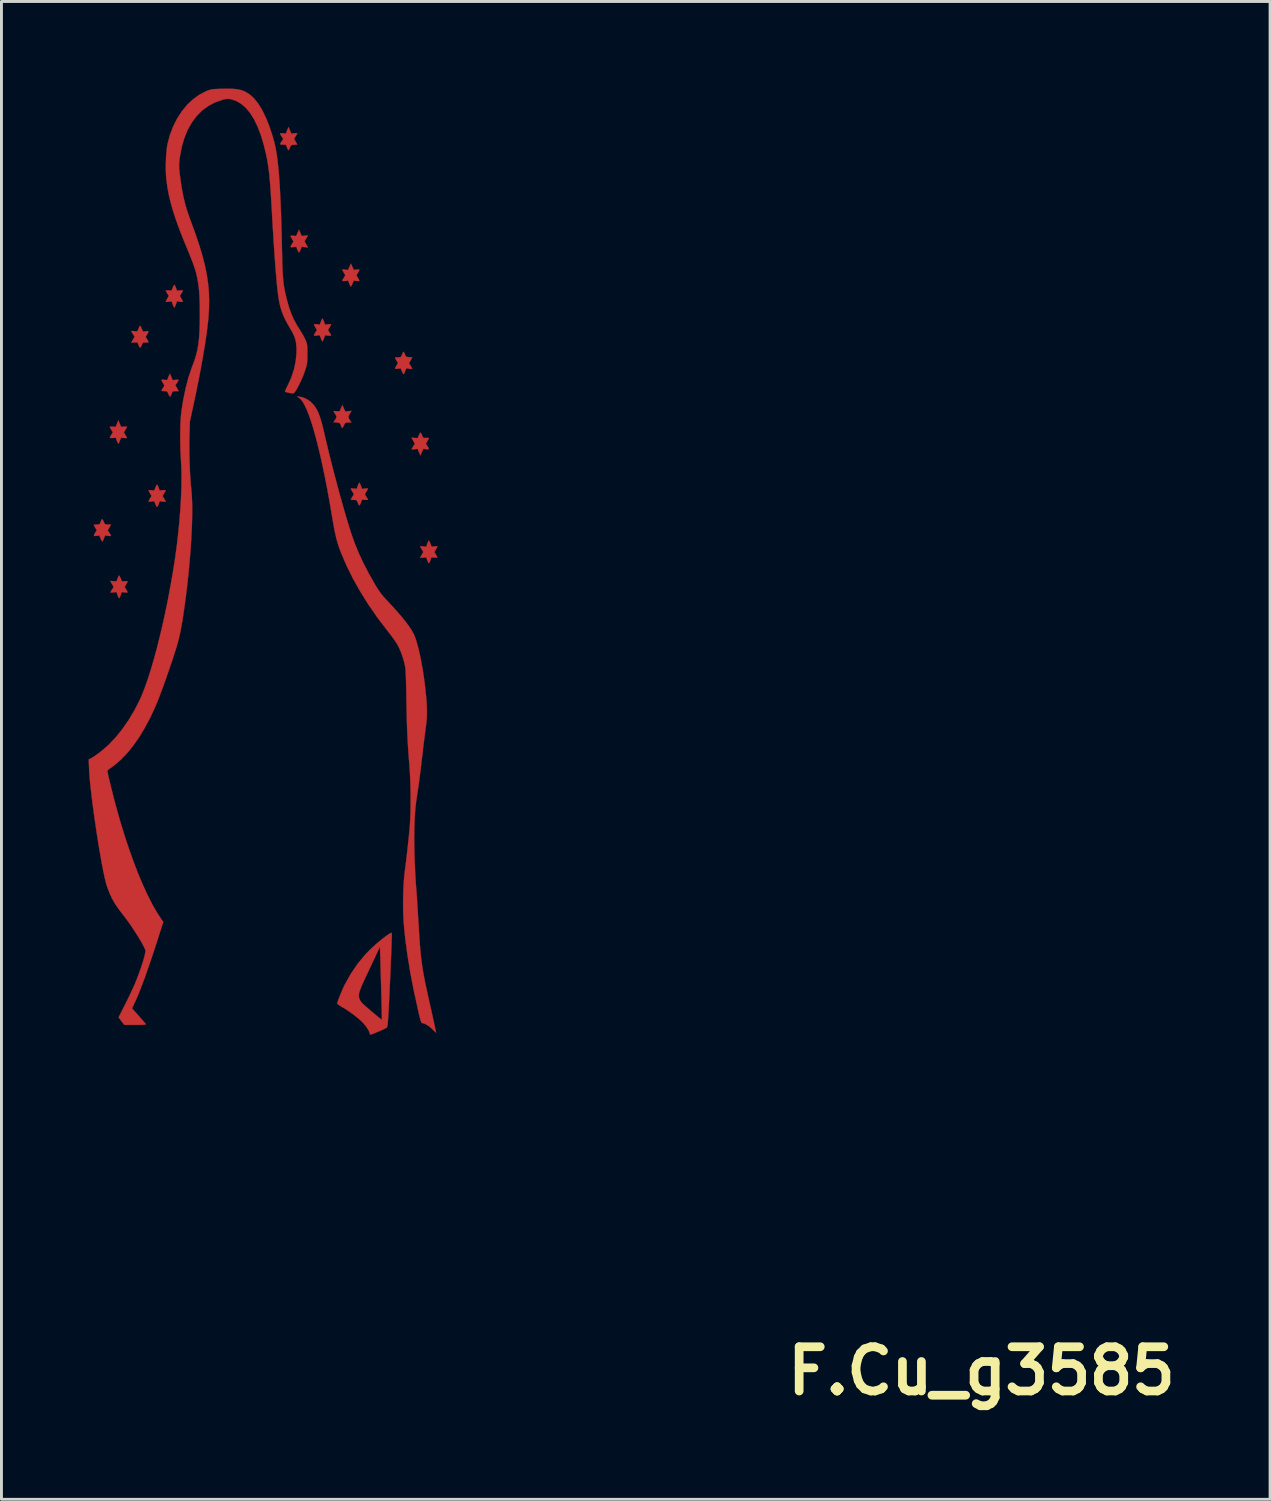
<source format=kicad_pcb>
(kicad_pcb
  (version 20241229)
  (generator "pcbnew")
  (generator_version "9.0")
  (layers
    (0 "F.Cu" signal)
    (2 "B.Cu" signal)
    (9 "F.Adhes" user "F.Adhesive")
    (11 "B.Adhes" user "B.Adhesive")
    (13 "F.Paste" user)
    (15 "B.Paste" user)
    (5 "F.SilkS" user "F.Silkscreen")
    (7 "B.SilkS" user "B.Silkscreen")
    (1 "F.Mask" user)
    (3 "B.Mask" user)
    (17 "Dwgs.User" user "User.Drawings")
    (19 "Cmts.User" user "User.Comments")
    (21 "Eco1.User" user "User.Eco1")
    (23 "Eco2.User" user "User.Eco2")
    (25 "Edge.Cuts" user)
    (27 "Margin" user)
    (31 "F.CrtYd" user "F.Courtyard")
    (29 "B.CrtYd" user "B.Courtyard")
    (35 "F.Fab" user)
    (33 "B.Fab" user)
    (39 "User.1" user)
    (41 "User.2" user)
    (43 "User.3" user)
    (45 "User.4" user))
  (footprint "F.Cu_g3585"
    (layer "F.Cu")
    (at 30.745 44.157)
    (property "Reference" "F.Cu_g3585" (at 0 0 0) (layer "F.SilkS") (effects (font (size 1.524 1.524) (thickness 0.3))))
    (attr through_hole)
    (fp_poly (pts (xy -23.407 -39.08) (xy -23.191 -39.101) (xy -23.251 -38.999) (xy -23.311 -38.897) (xy -23.192 -38.686) (xy -23.3 -38.699) (xy -23.408 -38.712) (xy -23.444 -38.617) (xy -23.468 -38.559) (xy -23.489 -38.52) (xy -23.495 -38.512) (xy -23.511 -38.525) (xy -23.536 -38.567) (xy -23.555 -38.608) (xy -23.598 -38.713) (xy -23.695 -38.7) (xy -23.752 -38.696) (xy -23.786 -38.7) (xy -23.791 -38.706) (xy -23.781 -38.734) (xy -23.755 -38.783) (xy -23.74 -38.809) (xy -23.689 -38.893) (xy -23.74 -38.98) (xy -23.77 -39.034) (xy -23.789 -39.074) (xy -23.791 -39.084) (xy -23.773 -39.091) (xy -23.725 -39.092) (xy -23.695 -39.089) (xy -23.598 -39.079) (xy -23.549 -39.187) (xy -23.5 -39.296) (xy -23.407 -39.08)) (stroke (width 0.01) (type solid)) (fill yes) (layer "F.Cu"))
    (fp_poly (pts (xy -19.297 -32.292) (xy -19.27 -32.237) (xy -19.259 -32.209) (xy -19.236 -32.156) (xy -19.212 -32.132) (xy -19.172 -32.126) (xy -19.127 -32.128) (xy -19.069 -32.129) (xy -19.034 -32.125) (xy -19.029 -32.12) (xy -19.039 -32.096) (xy -19.064 -32.048) (xy -19.081 -32.017) (xy -19.134 -31.928) (xy -19.081 -31.851) (xy -19.042 -31.787) (xy -19.032 -31.75) (xy -19.053 -31.736) (xy -19.108 -31.738) (xy -19.123 -31.74) (xy -19.218 -31.755) (xy -19.269 -31.641) (xy -19.32 -31.528) (xy -19.369 -31.64) (xy -19.417 -31.753) (xy -19.519 -31.739) (xy -19.578 -31.733) (xy -19.615 -31.734) (xy -19.622 -31.738) (xy -19.611 -31.762) (xy -19.585 -31.808) (xy -19.566 -31.839) (xy -19.51 -31.928) (xy -19.568 -32.032) (xy -19.626 -32.135) (xy -19.52 -32.128) (xy -19.414 -32.12) (xy -19.37 -32.225) (xy -19.341 -32.285) (xy -19.319 -32.308) (xy -19.297 -32.292)) (stroke (width 0.01) (type solid)) (fill yes) (layer "F.Cu"))
    (fp_poly (pts (xy -29.626 -32.508) (xy -29.524 -32.515) (xy -29.465 -32.518) (xy -29.428 -32.516) (xy -29.422 -32.514) (xy -29.431 -32.492) (xy -29.456 -32.446) (xy -29.476 -32.412) (xy -29.53 -32.32) (xy -29.476 -32.227) (xy -29.445 -32.172) (xy -29.425 -32.135) (xy -29.422 -32.125) (xy -29.441 -32.122) (xy -29.489 -32.123) (xy -29.525 -32.126) (xy -29.628 -32.136) (xy -29.666 -32.037) (xy -29.69 -31.979) (xy -29.71 -31.939) (xy -29.717 -31.93) (xy -29.732 -31.943) (xy -29.753 -31.986) (xy -29.77 -32.029) (xy -29.809 -32.136) (xy -29.911 -32.126) (xy -29.971 -32.124) (xy -30.008 -32.129) (xy -30.014 -32.135) (xy -30.004 -32.162) (xy -29.977 -32.211) (xy -29.961 -32.237) (xy -29.908 -32.322) (xy -29.961 -32.406) (xy -29.993 -32.459) (xy -30.012 -32.497) (xy -30.014 -32.506) (xy -29.995 -32.514) (xy -29.947 -32.517) (xy -29.912 -32.515) (xy -29.81 -32.508) (xy -29.766 -32.621) (xy -29.722 -32.734) (xy -29.626 -32.508)) (stroke (width 0.01) (type solid)) (fill yes) (layer "F.Cu"))
    (fp_poly (pts (xy -19.016 -28.578) (xy -18.993 -28.532) (xy -18.975 -28.488) (xy -18.934 -28.381) (xy -18.833 -28.394) (xy -18.775 -28.399) (xy -18.738 -28.398) (xy -18.733 -28.394) (xy -18.742 -28.37) (xy -18.768 -28.323) (xy -18.787 -28.289) (xy -18.841 -28.197) (xy -18.787 -28.111) (xy -18.755 -28.058) (xy -18.735 -28.021) (xy -18.733 -28.012) (xy -18.751 -28.006) (xy -18.8 -28.005) (xy -18.836 -28.007) (xy -18.94 -28.014) (xy -18.976 -27.914) (xy -18.999 -27.856) (xy -19.02 -27.82) (xy -19.029 -27.813) (xy -19.045 -27.831) (xy -19.068 -27.877) (xy -19.082 -27.914) (xy -19.118 -28.014) (xy -19.225 -28.007) (xy -19.331 -27.999) (xy -19.219 -28.2) (xy -19.272 -28.291) (xy -19.303 -28.346) (xy -19.322 -28.384) (xy -19.325 -28.394) (xy -19.306 -28.399) (xy -19.258 -28.397) (xy -19.222 -28.393) (xy -19.119 -28.38) (xy -19.081 -28.488) (xy -19.057 -28.548) (xy -19.038 -28.587) (xy -19.029 -28.596) (xy -19.016 -28.578)) (stroke (width 0.01) (type solid)) (fill yes) (layer "F.Cu"))
    (fp_poly (pts (xy -29.68 -27.372) (xy -29.656 -27.326) (xy -29.639 -27.289) (xy -29.597 -27.188) (xy -29.499 -27.196) (xy -29.441 -27.197) (xy -29.406 -27.193) (xy -29.401 -27.189) (xy -29.41 -27.164) (xy -29.435 -27.116) (xy -29.452 -27.087) (xy -29.504 -26.998) (xy -29.452 -26.913) (xy -29.422 -26.86) (xy -29.403 -26.821) (xy -29.401 -26.812) (xy -29.419 -26.805) (xy -29.467 -26.805) (xy -29.501 -26.809) (xy -29.602 -26.822) (xy -29.641 -26.714) (xy -29.665 -26.655) (xy -29.685 -26.615) (xy -29.694 -26.607) (xy -29.708 -26.625) (xy -29.73 -26.672) (xy -29.747 -26.715) (xy -29.785 -26.823) (xy -29.889 -26.809) (xy -29.949 -26.804) (xy -29.986 -26.804) (xy -29.993 -26.807) (xy -29.983 -26.83) (xy -29.956 -26.877) (xy -29.937 -26.908) (xy -29.881 -26.996) (xy -29.94 -27.1) (xy -29.998 -27.204) (xy -29.89 -27.196) (xy -29.782 -27.189) (xy -29.746 -27.289) (xy -29.723 -27.347) (xy -29.703 -27.383) (xy -29.695 -27.39) (xy -29.68 -27.372)) (stroke (width 0.01) (type solid)) (fill yes) (layer "F.Cu"))
    (fp_poly (pts (xy -30.267 -29.318) (xy -30.241 -29.278) (xy -30.225 -29.243) (xy -30.197 -29.186) (xy -30.171 -29.157) (xy -30.132 -29.148) (xy -30.077 -29.146) (xy -29.972 -29.146) (xy -30.085 -28.945) (xy -30.028 -28.856) (xy -29.996 -28.802) (xy -29.975 -28.764) (xy -29.972 -28.755) (xy -29.991 -28.75) (xy -30.039 -28.752) (xy -30.075 -28.757) (xy -30.178 -28.77) (xy -30.216 -28.672) (xy -30.241 -28.613) (xy -30.261 -28.573) (xy -30.269 -28.564) (xy -30.285 -28.577) (xy -30.309 -28.618) (xy -30.329 -28.662) (xy -30.374 -28.77) (xy -30.469 -28.756) (xy -30.531 -28.75) (xy -30.559 -28.76) (xy -30.557 -28.791) (xy -30.526 -28.848) (xy -30.513 -28.869) (xy -30.462 -28.95) (xy -30.513 -29.032) (xy -30.543 -29.085) (xy -30.562 -29.123) (xy -30.564 -29.131) (xy -30.545 -29.14) (xy -30.497 -29.146) (xy -30.462 -29.146) (xy -30.4 -29.148) (xy -30.366 -29.16) (xy -30.346 -29.191) (xy -30.331 -29.232) (xy -30.31 -29.288) (xy -30.29 -29.324) (xy -30.285 -29.329) (xy -30.267 -29.318)) (stroke (width 0.01) (type solid)) (fill yes) (layer "F.Cu"))
    (fp_poly (pts (xy -28.954 -35.973) (xy -28.931 -35.925) (xy -28.921 -35.902) (xy -28.87 -35.788) (xy -28.775 -35.802) (xy -28.714 -35.808) (xy -28.686 -35.798) (xy -28.689 -35.767) (xy -28.72 -35.709) (xy -28.731 -35.691) (xy -28.782 -35.61) (xy -28.732 -35.527) (xy -28.701 -35.474) (xy -28.683 -35.435) (xy -28.681 -35.426) (xy -28.7 -35.417) (xy -28.748 -35.414) (xy -28.779 -35.415) (xy -28.839 -35.416) (xy -28.873 -35.406) (xy -28.895 -35.373) (xy -28.911 -35.333) (xy -28.941 -35.265) (xy -28.963 -35.236) (xy -28.984 -35.246) (xy -29.01 -35.294) (xy -29.02 -35.319) (xy -29.063 -35.422) (xy -29.169 -35.415) (xy -29.276 -35.408) (xy -29.218 -35.511) (xy -29.161 -35.614) (xy -29.217 -35.703) (xy -29.25 -35.757) (xy -29.27 -35.795) (xy -29.273 -35.805) (xy -29.255 -35.81) (xy -29.207 -35.808) (xy -29.168 -35.803) (xy -29.105 -35.796) (xy -29.07 -35.801) (xy -29.051 -35.821) (xy -29.039 -35.849) (xy -29.007 -35.932) (xy -28.985 -35.978) (xy -28.97 -35.991) (xy -28.954 -35.973)) (stroke (width 0.01) (type solid)) (fill yes) (layer "F.Cu"))
    (fp_poly (pts (xy -21.957 -33.149) (xy -21.906 -33.035) (xy -21.799 -33.048) (xy -21.693 -33.061) (xy -21.747 -32.968) (xy -21.784 -32.899) (xy -21.798 -32.85) (xy -21.788 -32.805) (xy -21.754 -32.748) (xy -21.748 -32.739) (xy -21.694 -32.66) (xy -21.802 -32.66) (xy -21.866 -32.658) (xy -21.903 -32.647) (xy -21.928 -32.616) (xy -21.952 -32.565) (xy -21.979 -32.51) (xy -22.002 -32.475) (xy -22.01 -32.47) (xy -22.026 -32.488) (xy -22.048 -32.533) (xy -22.058 -32.56) (xy -22.08 -32.613) (xy -22.104 -32.641) (xy -22.145 -32.654) (xy -22.201 -32.66) (xy -22.311 -32.671) (xy -22.257 -32.749) (xy -22.221 -32.807) (xy -22.208 -32.849) (xy -22.219 -32.892) (xy -22.254 -32.952) (xy -22.257 -32.956) (xy -22.288 -33.008) (xy -22.307 -33.043) (xy -22.31 -33.05) (xy -22.291 -33.054) (xy -22.243 -33.052) (xy -22.204 -33.048) (xy -22.141 -33.042) (xy -22.107 -33.047) (xy -22.087 -33.068) (xy -22.077 -33.091) (xy -22.052 -33.155) (xy -22.032 -33.205) (xy -22.008 -33.263) (xy -21.957 -33.149)) (stroke (width 0.01) (type solid)) (fill yes) (layer "F.Cu"))
    (fp_poly (pts (xy -27.848 -34.116) (xy -27.746 -34.128) (xy -27.687 -34.132) (xy -27.65 -34.129) (xy -27.644 -34.125) (xy -27.655 -34.099) (xy -27.682 -34.053) (xy -27.7 -34.026) (xy -27.757 -33.943) (xy -27.7 -33.841) (xy -27.644 -33.74) (xy -27.748 -33.74) (xy -27.81 -33.738) (xy -27.846 -33.726) (xy -27.868 -33.694) (xy -27.888 -33.644) (xy -27.912 -33.589) (xy -27.933 -33.555) (xy -27.941 -33.549) (xy -27.958 -33.567) (xy -27.982 -33.612) (xy -27.996 -33.644) (xy -28.022 -33.701) (xy -28.047 -33.729) (xy -28.087 -33.739) (xy -28.136 -33.74) (xy -28.194 -33.742) (xy -28.231 -33.747) (xy -28.236 -33.751) (xy -28.226 -33.774) (xy -28.2 -33.819) (xy -28.184 -33.845) (xy -28.132 -33.928) (xy -28.184 -34.019) (xy -28.214 -34.074) (xy -28.233 -34.114) (xy -28.236 -34.125) (xy -28.217 -34.131) (xy -28.169 -34.131) (xy -28.131 -34.127) (xy -28.065 -34.122) (xy -28.032 -34.128) (xy -28.023 -34.144) (xy -28.014 -34.181) (xy -27.992 -34.237) (xy -27.983 -34.258) (xy -27.944 -34.343) (xy -27.848 -34.116)) (stroke (width 0.01) (type solid)) (fill yes) (layer "F.Cu"))
    (fp_poly (pts (xy -27.775 -37.383) (xy -27.753 -37.337) (xy -27.738 -37.299) (xy -27.701 -37.197) (xy -27.598 -37.207) (xy -27.539 -37.21) (xy -27.502 -37.207) (xy -27.495 -37.203) (xy -27.506 -37.178) (xy -27.532 -37.131) (xy -27.55 -37.103) (xy -27.604 -37.018) (xy -27.55 -36.925) (xy -27.519 -36.87) (xy -27.499 -36.83) (xy -27.495 -36.819) (xy -27.514 -36.813) (xy -27.562 -36.815) (xy -27.599 -36.819) (xy -27.702 -36.833) (xy -27.74 -36.726) (xy -27.764 -36.666) (xy -27.785 -36.627) (xy -27.794 -36.618) (xy -27.809 -36.636) (xy -27.831 -36.683) (xy -27.847 -36.726) (xy -27.886 -36.833) (xy -27.987 -36.819) (xy -28.045 -36.814) (xy -28.082 -36.816) (xy -28.088 -36.821) (xy -28.078 -36.847) (xy -28.053 -36.896) (xy -28.034 -36.929) (xy -27.981 -37.02) (xy -28.034 -37.099) (xy -28.067 -37.151) (xy -28.086 -37.189) (xy -28.088 -37.197) (xy -28.069 -37.206) (xy -28.021 -37.209) (xy -27.989 -37.207) (xy -27.89 -37.199) (xy -27.847 -37.3) (xy -27.821 -37.358) (xy -27.798 -37.394) (xy -27.79 -37.401) (xy -27.775 -37.383)) (stroke (width 0.01) (type solid)) (fill yes) (layer "F.Cu"))
    (fp_poly (pts (xy -21.663 -38.021) (xy -21.612 -37.91) (xy -21.516 -37.923) (xy -21.46 -37.928) (xy -21.425 -37.924) (xy -21.421 -37.92) (xy -21.431 -37.893) (xy -21.456 -37.844) (xy -21.472 -37.814) (xy -21.524 -37.726) (xy -21.473 -37.643) (xy -21.442 -37.59) (xy -21.424 -37.551) (xy -21.421 -37.542) (xy -21.44 -37.533) (xy -21.487 -37.531) (xy -21.518 -37.534) (xy -21.615 -37.545) (xy -21.658 -37.441) (xy -21.685 -37.384) (xy -21.707 -37.346) (xy -21.716 -37.338) (xy -21.73 -37.356) (xy -21.752 -37.403) (xy -21.767 -37.441) (xy -21.804 -37.543) (xy -21.908 -37.533) (xy -21.968 -37.53) (xy -22.006 -37.533) (xy -22.013 -37.537) (xy -22.003 -37.561) (xy -21.977 -37.608) (xy -21.96 -37.634) (xy -21.929 -37.686) (xy -21.91 -37.722) (xy -21.907 -37.73) (xy -21.918 -37.753) (xy -21.944 -37.798) (xy -21.96 -37.825) (xy -21.992 -37.877) (xy -22.011 -37.914) (xy -22.013 -37.922) (xy -21.995 -37.928) (xy -21.947 -37.926) (xy -21.912 -37.923) (xy -21.81 -37.909) (xy -21.762 -38.02) (xy -21.713 -38.132) (xy -21.663 -38.021)) (stroke (width 0.01) (type solid)) (fill yes) (layer "F.Cu"))
    (fp_poly (pts (xy -19.884 -35.076) (xy -19.862 -35.031) (xy -19.852 -35.004) (xy -19.83 -34.952) (xy -19.807 -34.924) (xy -19.768 -34.913) (xy -19.709 -34.908) (xy -19.599 -34.902) (xy -19.656 -34.801) (xy -19.712 -34.701) (xy -19.656 -34.612) (xy -19.624 -34.559) (xy -19.604 -34.52) (xy -19.6 -34.511) (xy -19.619 -34.506) (xy -19.667 -34.508) (xy -19.704 -34.512) (xy -19.807 -34.526) (xy -19.845 -34.429) (xy -19.869 -34.37) (xy -19.889 -34.331) (xy -19.896 -34.322) (xy -19.911 -34.335) (xy -19.936 -34.377) (xy -19.955 -34.42) (xy -20 -34.526) (xy -20.097 -34.511) (xy -20.153 -34.506) (xy -20.188 -34.51) (xy -20.193 -34.515) (xy -20.183 -34.543) (xy -20.157 -34.592) (xy -20.141 -34.618) (xy -20.09 -34.703) (xy -20.141 -34.791) (xy -20.172 -34.845) (xy -20.19 -34.883) (xy -20.193 -34.892) (xy -20.174 -34.899) (xy -20.125 -34.903) (xy -20.09 -34.904) (xy -20.028 -34.906) (xy -19.993 -34.918) (xy -19.97 -34.951) (xy -19.951 -34.999) (xy -19.927 -35.055) (xy -19.906 -35.089) (xy -19.899 -35.094) (xy -19.884 -35.076)) (stroke (width 0.01) (type solid)) (fill yes) (layer "F.Cu"))
    (fp_poly (pts (xy -23.811 -42.717) (xy -23.763 -42.604) (xy -23.661 -42.618) (xy -23.602 -42.623) (xy -23.565 -42.623) (xy -23.558 -42.619) (xy -23.569 -42.596) (xy -23.595 -42.55) (xy -23.615 -42.518) (xy -23.671 -42.429) (xy -23.615 -42.329) (xy -23.56 -42.23) (xy -23.668 -42.223) (xy -23.733 -42.218) (xy -23.769 -42.204) (xy -23.791 -42.174) (xy -23.81 -42.127) (xy -23.833 -42.073) (xy -23.853 -42.041) (xy -23.859 -42.037) (xy -23.877 -42.055) (xy -23.901 -42.098) (xy -23.907 -42.114) (xy -23.928 -42.167) (xy -23.939 -42.204) (xy -23.939 -42.209) (xy -23.959 -42.22) (xy -24.007 -42.226) (xy -24.045 -42.227) (xy -24.106 -42.23) (xy -24.144 -42.238) (xy -24.151 -42.244) (xy -24.14 -42.27) (xy -24.112 -42.316) (xy -24.096 -42.341) (xy -24.042 -42.421) (xy -24.096 -42.504) (xy -24.136 -42.569) (xy -24.148 -42.606) (xy -24.127 -42.622) (xy -24.074 -42.621) (xy -24.045 -42.617) (xy -23.98 -42.611) (xy -23.947 -42.616) (xy -23.938 -42.632) (xy -23.929 -42.669) (xy -23.907 -42.725) (xy -23.898 -42.746) (xy -23.859 -42.831) (xy -23.811 -42.717)) (stroke (width 0.01) (type solid)) (fill yes) (layer "F.Cu"))
    (fp_poly (pts (xy -28.371 -30.504) (xy -28.35 -30.458) (xy -28.335 -30.42) (xy -28.298 -30.317) (xy -28.193 -30.327) (xy -28.133 -30.33) (xy -28.095 -30.328) (xy -28.088 -30.324) (xy -28.099 -30.299) (xy -28.125 -30.252) (xy -28.141 -30.226) (xy -28.172 -30.174) (xy -28.191 -30.138) (xy -28.194 -30.131) (xy -28.184 -30.108) (xy -28.157 -30.062) (xy -28.141 -30.035) (xy -28.11 -29.983) (xy -28.091 -29.946) (xy -28.088 -29.938) (xy -28.107 -29.933) (xy -28.155 -29.934) (xy -28.191 -29.938) (xy -28.294 -29.951) (xy -28.33 -29.856) (xy -28.355 -29.798) (xy -28.375 -29.759) (xy -28.382 -29.751) (xy -28.399 -29.763) (xy -28.423 -29.805) (xy -28.442 -29.846) (xy -28.487 -29.951) (xy -28.584 -29.937) (xy -28.641 -29.933) (xy -28.675 -29.937) (xy -28.68 -29.943) (xy -28.669 -29.971) (xy -28.643 -30.02) (xy -28.628 -30.045) (xy -28.576 -30.129) (xy -28.629 -30.218) (xy -28.659 -30.273) (xy -28.678 -30.313) (xy -28.681 -30.322) (xy -28.662 -30.329) (xy -28.614 -30.329) (xy -28.583 -30.326) (xy -28.486 -30.315) (xy -28.443 -30.419) (xy -28.417 -30.477) (xy -28.395 -30.514) (xy -28.386 -30.522) (xy -28.371 -30.504)) (stroke (width 0.01) (type solid)) (fill yes) (layer "F.Cu"))
    (fp_poly (pts (xy -22.678 -36.219) (xy -22.656 -36.173) (xy -22.64 -36.133) (xy -22.603 -36.028) (xy -22.498 -36.04) (xy -22.439 -36.045) (xy -22.401 -36.043) (xy -22.394 -36.039) (xy -22.405 -36.014) (xy -22.431 -35.967) (xy -22.447 -35.941) (xy -22.479 -35.889) (xy -22.498 -35.853) (xy -22.5 -35.845) (xy -22.489 -35.822) (xy -22.462 -35.777) (xy -22.447 -35.755) (xy -22.415 -35.704) (xy -22.396 -35.666) (xy -22.394 -35.658) (xy -22.413 -35.649) (xy -22.461 -35.648) (xy -22.498 -35.651) (xy -22.603 -35.663) (xy -22.64 -35.559) (xy -22.664 -35.5) (xy -22.684 -35.462) (xy -22.693 -35.454) (xy -22.708 -35.472) (xy -22.73 -35.519) (xy -22.746 -35.56) (xy -22.784 -35.666) (xy -22.885 -35.653) (xy -22.944 -35.648) (xy -22.98 -35.652) (xy -22.986 -35.658) (xy -22.976 -35.686) (xy -22.949 -35.735) (xy -22.934 -35.76) (xy -22.883 -35.844) (xy -22.935 -35.933) (xy -22.965 -35.988) (xy -22.984 -36.028) (xy -22.987 -36.038) (xy -22.968 -36.044) (xy -22.92 -36.044) (xy -22.885 -36.041) (xy -22.783 -36.029) (xy -22.745 -36.133) (xy -22.721 -36.192) (xy -22.701 -36.229) (xy -22.693 -36.237) (xy -22.678 -36.219)) (stroke (width 0.01) (type solid)) (fill yes) (layer "F.Cu"))
    (fp_poly (pts (xy -21.408 -30.568) (xy -21.386 -30.521) (xy -21.369 -30.478) (xy -21.331 -30.371) (xy -21.227 -30.385) (xy -21.168 -30.39) (xy -21.131 -30.387) (xy -21.124 -30.381) (xy -21.135 -30.354) (xy -21.163 -30.307) (xy -21.177 -30.285) (xy -21.209 -30.234) (xy -21.228 -30.197) (xy -21.23 -30.19) (xy -21.219 -30.163) (xy -21.192 -30.116) (xy -21.177 -30.094) (xy -21.145 -30.044) (xy -21.126 -30.01) (xy -21.124 -30.003) (xy -21.143 -29.996) (xy -21.192 -29.995) (xy -21.228 -29.996) (xy -21.331 -30.004) (xy -21.368 -29.903) (xy -21.391 -29.846) (xy -21.412 -29.809) (xy -21.421 -29.803) (xy -21.438 -29.821) (xy -21.462 -29.866) (xy -21.475 -29.898) (xy -21.498 -29.955) (xy -21.522 -29.983) (xy -21.562 -29.992) (xy -21.614 -29.993) (xy -21.673 -29.995) (xy -21.711 -30) (xy -21.717 -30.004) (xy -21.707 -30.027) (xy -21.68 -30.073) (xy -21.663 -30.101) (xy -21.609 -30.187) (xy -21.663 -30.279) (xy -21.694 -30.334) (xy -21.714 -30.374) (xy -21.717 -30.385) (xy -21.698 -30.391) (xy -21.65 -30.389) (xy -21.616 -30.385) (xy -21.515 -30.371) (xy -21.476 -30.479) (xy -21.452 -30.538) (xy -21.432 -30.577) (xy -21.423 -30.586) (xy -21.408 -30.568)) (stroke (width 0.01) (type solid)) (fill yes) (layer "F.Cu"))
    (fp_poly (pts (xy -20.304 -15.061) (xy -20.304 -15) (xy -20.307 -14.905) (xy -20.311 -14.78) (xy -20.316 -14.628) (xy -20.322 -14.454) (xy -20.33 -14.263) (xy -20.338 -14.057) (xy -20.347 -13.841) (xy -20.357 -13.62) (xy -20.367 -13.396) (xy -20.377 -13.174) (xy -20.387 -12.959) (xy -20.397 -12.754) (xy -20.407 -12.563) (xy -20.416 -12.39) (xy -20.425 -12.24) (xy -20.428 -12.183) (xy -20.437 -12.052) (xy -20.445 -11.956) (xy -20.454 -11.891) (xy -20.465 -11.849) (xy -20.478 -11.825) (xy -20.485 -11.819) (xy -20.518 -11.8) (xy -20.58 -11.77) (xy -20.662 -11.733) (xy -20.754 -11.693) (xy -20.846 -11.654) (xy -20.929 -11.62) (xy -20.992 -11.596) (xy -21.013 -11.59) (xy -21.05 -11.586) (xy -21.061 -11.609) (xy -21.075 -11.666) (xy -21.112 -11.743) (xy -21.168 -11.832) (xy -21.237 -11.923) (xy -21.286 -11.98) (xy -21.388 -12.08) (xy -21.519 -12.19) (xy -21.666 -12.304) (xy -21.82 -12.411) (xy -21.97 -12.506) (xy -21.998 -12.521) (xy -22.076 -12.568) (xy -22.137 -12.61) (xy -22.175 -12.641) (xy -22.182 -12.653) (xy -22.174 -12.692) (xy -22.152 -12.762) (xy -22.118 -12.854) (xy -22.092 -12.919) (xy -21.441 -12.919) (xy -21.436 -12.874) (xy -21.425 -12.83) (xy -21.407 -12.786) (xy -21.404 -12.78) (xy -21.384 -12.742) (xy -21.352 -12.7) (xy -21.305 -12.649) (xy -21.238 -12.586) (xy -21.148 -12.506) (xy -21.029 -12.404) (xy -21.007 -12.385) (xy -20.903 -12.299) (xy -20.811 -12.222) (xy -20.735 -12.16) (xy -20.68 -12.116) (xy -20.65 -12.094) (xy -20.646 -12.092) (xy -20.645 -12.114) (xy -20.646 -12.174) (xy -20.648 -12.268) (xy -20.65 -12.393) (xy -20.654 -12.544) (xy -20.658 -12.717) (xy -20.663 -12.909) (xy -20.668 -13.116) (xy -20.67 -13.187) (xy -20.676 -13.404) (xy -20.682 -13.614) (xy -20.688 -13.81) (xy -20.693 -13.99) (xy -20.697 -14.147) (xy -20.701 -14.277) (xy -20.704 -14.375) (xy -20.706 -14.437) (xy -20.706 -14.444) (xy -20.712 -14.611) (xy -21.069 -13.851) (xy -21.167 -13.643) (xy -21.248 -13.469) (xy -21.313 -13.325) (xy -21.363 -13.207) (xy -21.399 -13.112) (xy -21.424 -13.034) (xy -21.437 -12.972) (xy -21.441 -12.919) (xy -22.092 -12.919) (xy -22.076 -12.959) (xy -22.03 -13.071) (xy -21.981 -13.181) (xy -21.935 -13.28) (xy -21.924 -13.301) (xy -21.717 -13.674) (xy -21.483 -14.017) (xy -21.22 -14.335) (xy -21.072 -14.489) (xy -20.972 -14.585) (xy -20.865 -14.683) (xy -20.754 -14.778) (xy -20.646 -14.866) (xy -20.544 -14.945) (xy -20.454 -15.01) (xy -20.381 -15.057) (xy -20.33 -15.083) (xy -20.305 -15.084) (xy -20.304 -15.061)) (stroke (width 0.01) (type solid)) (fill yes) (layer "F.Cu"))
    (fp_poly (pts (xy -23.403 -33.534) (xy -23.292 -33.493) (xy -23.182 -33.433) (xy -23.096 -33.368) (xy -23.018 -33.291) (xy -22.95 -33.207) (xy -22.889 -33.11) (xy -22.834 -32.997) (xy -22.782 -32.861) (xy -22.731 -32.698) (xy -22.68 -32.504) (xy -22.626 -32.273) (xy -22.557 -31.975) (xy -22.48 -31.655) (xy -22.397 -31.322) (xy -22.31 -30.98) (xy -22.219 -30.636) (xy -22.128 -30.296) (xy -22.036 -29.965) (xy -21.947 -29.65) (xy -21.861 -29.356) (xy -21.78 -29.09) (xy -21.706 -28.858) (xy -21.688 -28.802) (xy -21.569 -28.469) (xy -21.435 -28.144) (xy -21.283 -27.818) (xy -21.109 -27.482) (xy -20.909 -27.128) (xy -20.866 -27.055) (xy -20.773 -26.905) (xy -20.686 -26.78) (xy -20.596 -26.668) (xy -20.501 -26.564) (xy -20.263 -26.309) (xy -20.056 -26.076) (xy -19.88 -25.865) (xy -19.736 -25.677) (xy -19.625 -25.512) (xy -19.548 -25.372) (xy -19.543 -25.363) (xy -19.49 -25.23) (xy -19.437 -25.06) (xy -19.383 -24.859) (xy -19.331 -24.631) (xy -19.282 -24.382) (xy -19.236 -24.118) (xy -19.194 -23.844) (xy -19.158 -23.566) (xy -19.129 -23.288) (xy -19.114 -23.115) (xy -19.101 -22.911) (xy -19.095 -22.735) (xy -19.096 -22.574) (xy -19.106 -22.413) (xy -19.124 -22.239) (xy -19.144 -22.091) (xy -19.16 -21.975) (xy -19.179 -21.825) (xy -19.201 -21.652) (xy -19.224 -21.465) (xy -19.246 -21.273) (xy -19.268 -21.084) (xy -19.272 -21.05) (xy -19.294 -20.862) (xy -19.317 -20.665) (xy -19.342 -20.471) (xy -19.366 -20.289) (xy -19.388 -20.128) (xy -19.408 -19.998) (xy -19.41 -19.981) (xy -19.44 -19.786) (xy -19.465 -19.616) (xy -19.484 -19.462) (xy -19.498 -19.313) (xy -19.509 -19.159) (xy -19.518 -18.99) (xy -19.525 -18.797) (xy -19.529 -18.627) (xy -19.533 -18.309) (xy -19.529 -17.96) (xy -19.519 -17.589) (xy -19.502 -17.207) (xy -19.479 -16.824) (xy -19.463 -16.605) (xy -19.453 -16.473) (xy -19.441 -16.311) (xy -19.429 -16.129) (xy -19.417 -15.939) (xy -19.406 -15.754) (xy -19.4 -15.653) (xy -19.381 -15.341) (xy -19.364 -15.067) (xy -19.348 -14.824) (xy -19.331 -14.607) (xy -19.314 -14.41) (xy -19.295 -14.228) (xy -19.274 -14.055) (xy -19.249 -13.887) (xy -19.221 -13.717) (xy -19.188 -13.54) (xy -19.151 -13.35) (xy -19.107 -13.143) (xy -19.056 -12.912) (xy -19.007 -12.691) (xy -18.962 -12.488) (xy -18.919 -12.299) (xy -18.881 -12.126) (xy -18.848 -11.974) (xy -18.82 -11.846) (xy -18.799 -11.748) (xy -18.786 -11.681) (xy -18.78 -11.652) (xy -18.78 -11.65) (xy -18.796 -11.662) (xy -18.835 -11.697) (xy -18.888 -11.749) (xy -18.906 -11.768) (xy -18.996 -11.848) (xy -19.09 -11.915) (xy -19.178 -11.961) (xy -19.25 -11.98) (xy -19.258 -11.98) (xy -19.272 -11.985) (xy -19.287 -12.004) (xy -19.302 -12.04) (xy -19.321 -12.1) (xy -19.344 -12.188) (xy -19.373 -12.309) (xy -19.396 -12.409) (xy -19.543 -13.083) (xy -19.667 -13.722) (xy -19.766 -14.327) (xy -19.842 -14.897) (xy -19.894 -15.434) (xy -19.898 -15.488) (xy -19.909 -15.685) (xy -19.914 -15.907) (xy -19.915 -16.143) (xy -19.912 -16.385) (xy -19.903 -16.622) (xy -19.891 -16.845) (xy -19.875 -17.045) (xy -19.856 -17.209) (xy -19.834 -17.37) (xy -19.81 -17.564) (xy -19.785 -17.781) (xy -19.759 -18.01) (xy -19.734 -18.241) (xy -19.711 -18.466) (xy -19.692 -18.674) (xy -19.682 -18.785) (xy -19.669 -18.991) (xy -19.66 -19.23) (xy -19.655 -19.492) (xy -19.655 -19.771) (xy -19.66 -20.055) (xy -19.668 -20.338) (xy -19.681 -20.608) (xy -19.698 -20.859) (xy -19.702 -20.913) (xy -19.725 -21.203) (xy -19.745 -21.489) (xy -19.761 -21.777) (xy -19.775 -22.074) (xy -19.786 -22.39) (xy -19.794 -22.73) (xy -19.801 -23.103) (xy -19.803 -23.22) (xy -19.806 -23.409) (xy -19.81 -23.593) (xy -19.814 -23.763) (xy -19.819 -23.915) (xy -19.825 -24.043) (xy -19.83 -24.141) (xy -19.835 -24.202) (xy -19.836 -24.204) (xy -19.864 -24.354) (xy -19.91 -24.525) (xy -19.97 -24.702) (xy -20.038 -24.87) (xy -20.093 -24.984) (xy -20.135 -25.052) (xy -20.197 -25.146) (xy -20.275 -25.255) (xy -20.363 -25.373) (xy -20.454 -25.49) (xy -20.464 -25.503) (xy -20.798 -25.941) (xy -21.109 -26.389) (xy -21.392 -26.843) (xy -21.647 -27.296) (xy -21.869 -27.745) (xy -22.055 -28.183) (xy -22.085 -28.263) (xy -22.128 -28.381) (xy -22.165 -28.496) (xy -22.199 -28.614) (xy -22.231 -28.742) (xy -22.263 -28.885) (xy -22.295 -29.05) (xy -22.33 -29.244) (xy -22.369 -29.473) (xy -22.374 -29.506) (xy -22.449 -29.942) (xy -22.526 -30.364) (xy -22.605 -30.77) (xy -22.686 -31.158) (xy -22.767 -31.524) (xy -22.849 -31.865) (xy -22.93 -32.179) (xy -23.01 -32.464) (xy -23.088 -32.715) (xy -23.164 -32.931) (xy -23.236 -33.109) (xy -23.262 -33.166) (xy -23.323 -33.286) (xy -23.374 -33.375) (xy -23.42 -33.438) (xy -23.466 -33.483) (xy -23.503 -33.509) (xy -23.569 -33.549) (xy -23.501 -33.549) (xy -23.403 -33.534)) (stroke (width 0.01) (type solid)) (fill yes) (layer "F.Cu"))
    (fp_poly (pts (xy -25.787 -44.148) (xy -25.657 -44.137) (xy -25.546 -44.118) (xy -25.448 -44.089) (xy -25.354 -44.051) (xy -25.343 -44.046) (xy -25.19 -43.95) (xy -25.043 -43.814) (xy -24.902 -43.637) (xy -24.769 -43.42) (xy -24.643 -43.163) (xy -24.525 -42.869) (xy -24.415 -42.536) (xy -24.344 -42.286) (xy -24.308 -42.126) (xy -24.274 -41.935) (xy -24.243 -41.711) (xy -24.214 -41.453) (xy -24.188 -41.161) (xy -24.165 -40.832) (xy -24.145 -40.467) (xy -24.127 -40.064) (xy -24.111 -39.622) (xy -24.097 -39.14) (xy -24.087 -38.661) (xy -24.081 -38.394) (xy -24.076 -38.164) (xy -24.069 -37.966) (xy -24.061 -37.795) (xy -24.05 -37.645) (xy -24.038 -37.512) (xy -24.023 -37.39) (xy -24.004 -37.274) (xy -23.982 -37.159) (xy -23.955 -37.039) (xy -23.923 -36.91) (xy -23.919 -36.892) (xy -23.847 -36.636) (xy -23.768 -36.41) (xy -23.676 -36.202) (xy -23.565 -35.998) (xy -23.46 -35.832) (xy -23.398 -35.732) (xy -23.339 -35.628) (xy -23.29 -35.533) (xy -23.268 -35.482) (xy -23.246 -35.423) (xy -23.23 -35.37) (xy -23.22 -35.315) (xy -23.214 -35.248) (xy -23.212 -35.158) (xy -23.211 -35.037) (xy -23.211 -35.02) (xy -23.212 -34.891) (xy -23.216 -34.793) (xy -23.222 -34.715) (xy -23.234 -34.646) (xy -23.252 -34.575) (xy -23.27 -34.513) (xy -23.313 -34.385) (xy -23.366 -34.248) (xy -23.426 -34.111) (xy -23.488 -33.979) (xy -23.549 -33.862) (xy -23.605 -33.766) (xy -23.653 -33.698) (xy -23.675 -33.676) (xy -23.708 -33.664) (xy -23.766 -33.666) (xy -23.854 -33.683) (xy -23.964 -33.711) (xy -23.977 -33.72) (xy -23.977 -33.743) (xy -23.961 -33.786) (xy -23.928 -33.854) (xy -23.896 -33.915) (xy -23.769 -34.194) (xy -23.673 -34.485) (xy -23.611 -34.78) (xy -23.584 -35.07) (xy -23.584 -35.218) (xy -23.597 -35.378) (xy -23.624 -35.515) (xy -23.669 -35.645) (xy -23.738 -35.784) (xy -23.774 -35.845) (xy -23.877 -36.024) (xy -23.963 -36.184) (xy -24.034 -36.334) (xy -24.091 -36.48) (xy -24.138 -36.63) (xy -24.176 -36.791) (xy -24.207 -36.97) (xy -24.234 -37.175) (xy -24.26 -37.413) (xy -24.266 -37.486) (xy -24.291 -37.771) (xy -24.317 -38.096) (xy -24.343 -38.458) (xy -24.37 -38.853) (xy -24.396 -39.28) (xy -24.423 -39.736) (xy -24.437 -39.994) (xy -24.455 -40.304) (xy -24.472 -40.576) (xy -24.488 -40.816) (xy -24.506 -41.028) (xy -24.524 -41.217) (xy -24.545 -41.389) (xy -24.568 -41.548) (xy -24.593 -41.698) (xy -24.623 -41.846) (xy -24.656 -41.995) (xy -24.695 -42.151) (xy -24.712 -42.219) (xy -24.809 -42.546) (xy -24.92 -42.837) (xy -25.043 -43.092) (xy -25.179 -43.31) (xy -25.327 -43.489) (xy -25.487 -43.629) (xy -25.657 -43.73) (xy -25.838 -43.79) (xy -25.845 -43.792) (xy -25.914 -43.803) (xy -25.976 -43.804) (xy -26.048 -43.792) (xy -26.12 -43.775) (xy -26.378 -43.688) (xy -26.615 -43.565) (xy -26.83 -43.408) (xy -27.021 -43.216) (xy -27.189 -42.993) (xy -27.332 -42.739) (xy -27.449 -42.454) (xy -27.54 -42.141) (xy -27.603 -41.8) (xy -27.619 -41.668) (xy -27.627 -41.577) (xy -27.629 -41.489) (xy -27.624 -41.391) (xy -27.613 -41.272) (xy -27.599 -41.16) (xy -27.561 -40.882) (xy -27.521 -40.637) (xy -27.476 -40.412) (xy -27.424 -40.198) (xy -27.362 -39.983) (xy -27.286 -39.757) (xy -27.199 -39.518) (xy -27.052 -39.115) (xy -26.927 -38.742) (xy -26.823 -38.395) (xy -26.74 -38.068) (xy -26.676 -37.756) (xy -26.631 -37.453) (xy -26.604 -37.156) (xy -26.594 -36.858) (xy -26.6 -36.555) (xy -26.621 -36.242) (xy -26.639 -36.071) (xy -26.679 -35.745) (xy -26.732 -35.383) (xy -26.797 -34.986) (xy -26.873 -34.56) (xy -26.96 -34.106) (xy -27.056 -33.629) (xy -27.146 -33.211) (xy -27.258 -32.692) (xy -27.272 -32.184) (xy -27.276 -31.957) (xy -27.276 -31.71) (xy -27.272 -31.454) (xy -27.264 -31.197) (xy -27.254 -30.948) (xy -27.24 -30.716) (xy -27.224 -30.51) (xy -27.21 -30.372) (xy -27.191 -30.159) (xy -27.18 -29.908) (xy -27.177 -29.624) (xy -27.181 -29.31) (xy -27.193 -28.971) (xy -27.212 -28.611) (xy -27.237 -28.233) (xy -27.269 -27.842) (xy -27.307 -27.441) (xy -27.351 -27.035) (xy -27.401 -26.628) (xy -27.455 -26.236) (xy -27.488 -26.009) (xy -27.52 -25.809) (xy -27.551 -25.628) (xy -27.583 -25.461) (xy -27.618 -25.301) (xy -27.658 -25.141) (xy -27.703 -24.976) (xy -27.757 -24.8) (xy -27.819 -24.604) (xy -27.893 -24.384) (xy -27.979 -24.133) (xy -28.013 -24.035) (xy -28.105 -23.771) (xy -28.187 -23.541) (xy -28.262 -23.34) (xy -28.331 -23.16) (xy -28.397 -22.997) (xy -28.463 -22.844) (xy -28.53 -22.694) (xy -28.602 -22.543) (xy -28.639 -22.468) (xy -28.821 -22.126) (xy -29.014 -21.808) (xy -29.218 -21.519) (xy -29.429 -21.261) (xy -29.645 -21.038) (xy -29.862 -20.853) (xy -29.958 -20.785) (xy -30.024 -20.737) (xy -30.073 -20.696) (xy -30.097 -20.668) (xy -30.098 -20.664) (xy -30.094 -20.63) (xy -30.08 -20.561) (xy -30.058 -20.463) (xy -30.029 -20.341) (xy -29.996 -20.202) (xy -29.959 -20.052) (xy -29.92 -19.895) (xy -29.88 -19.739) (xy -29.841 -19.588) (xy -29.811 -19.477) (xy -29.667 -18.963) (xy -29.517 -18.47) (xy -29.362 -18) (xy -29.204 -17.554) (xy -29.043 -17.136) (xy -28.88 -16.748) (xy -28.717 -16.393) (xy -28.554 -16.073) (xy -28.392 -15.79) (xy -28.255 -15.578) (xy -28.173 -15.461) (xy -28.363 -14.869) (xy -28.483 -14.497) (xy -28.6 -14.148) (xy -28.711 -13.825) (xy -28.815 -13.531) (xy -28.913 -13.269) (xy -29.002 -13.04) (xy -29.082 -12.847) (xy -29.137 -12.726) (xy -29.25 -12.488) (xy -29.013 -12.221) (xy -28.934 -12.132) (xy -28.865 -12.053) (xy -28.812 -11.99) (xy -28.778 -11.949) (xy -28.769 -11.936) (xy -28.787 -11.93) (xy -28.841 -11.924) (xy -28.927 -11.92) (xy -29.038 -11.918) (xy -29.139 -11.917) (xy -29.517 -11.918) (xy -29.614 -12.047) (xy -29.712 -12.175) (xy -29.486 -12.623) (xy -29.413 -12.769) (xy -29.339 -12.921) (xy -29.269 -13.068) (xy -29.207 -13.201) (xy -29.159 -13.31) (xy -29.148 -13.335) (xy -29.075 -13.516) (xy -29.006 -13.699) (xy -28.943 -13.877) (xy -28.888 -14.044) (xy -28.843 -14.194) (xy -28.81 -14.322) (xy -28.791 -14.421) (xy -28.787 -14.471) (xy -28.799 -14.519) (xy -28.833 -14.596) (xy -28.886 -14.698) (xy -28.954 -14.818) (xy -29.036 -14.953) (xy -29.127 -15.097) (xy -29.224 -15.245) (xy -29.325 -15.393) (xy -29.426 -15.535) (xy -29.524 -15.666) (xy -29.58 -15.737) (xy -29.724 -15.927) (xy -29.842 -16.102) (xy -29.94 -16.274) (xy -30.023 -16.455) (xy -30.099 -16.656) (xy -30.121 -16.721) (xy -30.154 -16.836) (xy -30.19 -16.988) (xy -30.23 -17.173) (xy -30.272 -17.387) (xy -30.316 -17.625) (xy -30.361 -17.882) (xy -30.407 -18.155) (xy -30.451 -18.437) (xy -30.495 -18.726) (xy -30.537 -19.015) (xy -30.577 -19.302) (xy -30.614 -19.581) (xy -30.646 -19.848) (xy -30.675 -20.097) (xy -30.698 -20.326) (xy -30.715 -20.529) (xy -30.726 -20.701) (xy -30.727 -20.725) (xy -30.74 -21.057) (xy -30.657 -21.099) (xy -30.569 -21.152) (xy -30.46 -21.227) (xy -30.338 -21.319) (xy -30.214 -21.421) (xy -30.094 -21.526) (xy -30.042 -21.575) (xy -29.806 -21.823) (xy -29.579 -22.106) (xy -29.364 -22.417) (xy -29.166 -22.748) (xy -28.99 -23.093) (xy -28.923 -23.241) (xy -28.821 -23.495) (xy -28.717 -23.787) (xy -28.612 -24.113) (xy -28.507 -24.47) (xy -28.402 -24.853) (xy -28.3 -25.259) (xy -28.199 -25.683) (xy -28.103 -26.121) (xy -28.011 -26.57) (xy -27.925 -27.026) (xy -27.845 -27.484) (xy -27.773 -27.941) (xy -27.762 -28.014) (xy -27.706 -28.424) (xy -27.658 -28.838) (xy -27.618 -29.25) (xy -27.586 -29.654) (xy -27.563 -30.045) (xy -27.549 -30.417) (xy -27.544 -30.765) (xy -27.549 -31.082) (xy -27.562 -31.337) (xy -27.576 -31.573) (xy -27.585 -31.82) (xy -27.589 -32.07) (xy -27.589 -32.316) (xy -27.584 -32.548) (xy -27.574 -32.758) (xy -27.56 -32.939) (xy -27.551 -33.02) (xy -27.485 -33.442) (xy -27.402 -33.842) (xy -27.303 -34.216) (xy -27.189 -34.556) (xy -27.155 -34.643) (xy -27.093 -34.811) (xy -27.042 -34.978) (xy -27 -35.151) (xy -26.968 -35.336) (xy -26.944 -35.537) (xy -26.928 -35.762) (xy -26.918 -36.015) (xy -26.914 -36.304) (xy -26.914 -36.386) (xy -26.915 -36.63) (xy -26.919 -36.84) (xy -26.927 -37.023) (xy -26.938 -37.186) (xy -26.954 -37.336) (xy -26.975 -37.482) (xy -27.002 -37.63) (xy -27.01 -37.668) (xy -27.03 -37.761) (xy -27.054 -37.855) (xy -27.084 -37.954) (xy -27.121 -38.064) (xy -27.168 -38.191) (xy -27.226 -38.341) (xy -27.298 -38.519) (xy -27.376 -38.706) (xy -27.522 -39.065) (xy -27.648 -39.393) (xy -27.755 -39.694) (xy -27.845 -39.972) (xy -27.918 -40.234) (xy -27.978 -40.483) (xy -28.024 -40.724) (xy -28.058 -40.962) (xy -28.069 -41.06) (xy -28.081 -41.224) (xy -28.086 -41.409) (xy -28.084 -41.604) (xy -28.077 -41.799) (xy -28.063 -41.983) (xy -28.045 -42.145) (xy -28.026 -42.253) (xy -27.943 -42.562) (xy -27.832 -42.854) (xy -27.695 -43.126) (xy -27.534 -43.374) (xy -27.353 -43.595) (xy -27.153 -43.785) (xy -26.937 -43.942) (xy -26.708 -44.062) (xy -26.673 -44.076) (xy -26.612 -44.099) (xy -26.56 -44.116) (xy -26.506 -44.128) (xy -26.443 -44.137) (xy -26.363 -44.142) (xy -26.256 -44.146) (xy -26.137 -44.149) (xy -25.945 -44.152) (xy -25.787 -44.148)) (stroke (width 0.01) (type solid)) (fill yes) (layer "F.Cu")))
  (gr_rect
    (start -3 -3)
    (end 40.683 48.575)
    (stroke (width 0.1) (type default))
    (fill no)
    (layer "Edge.Cuts")))
</source>
